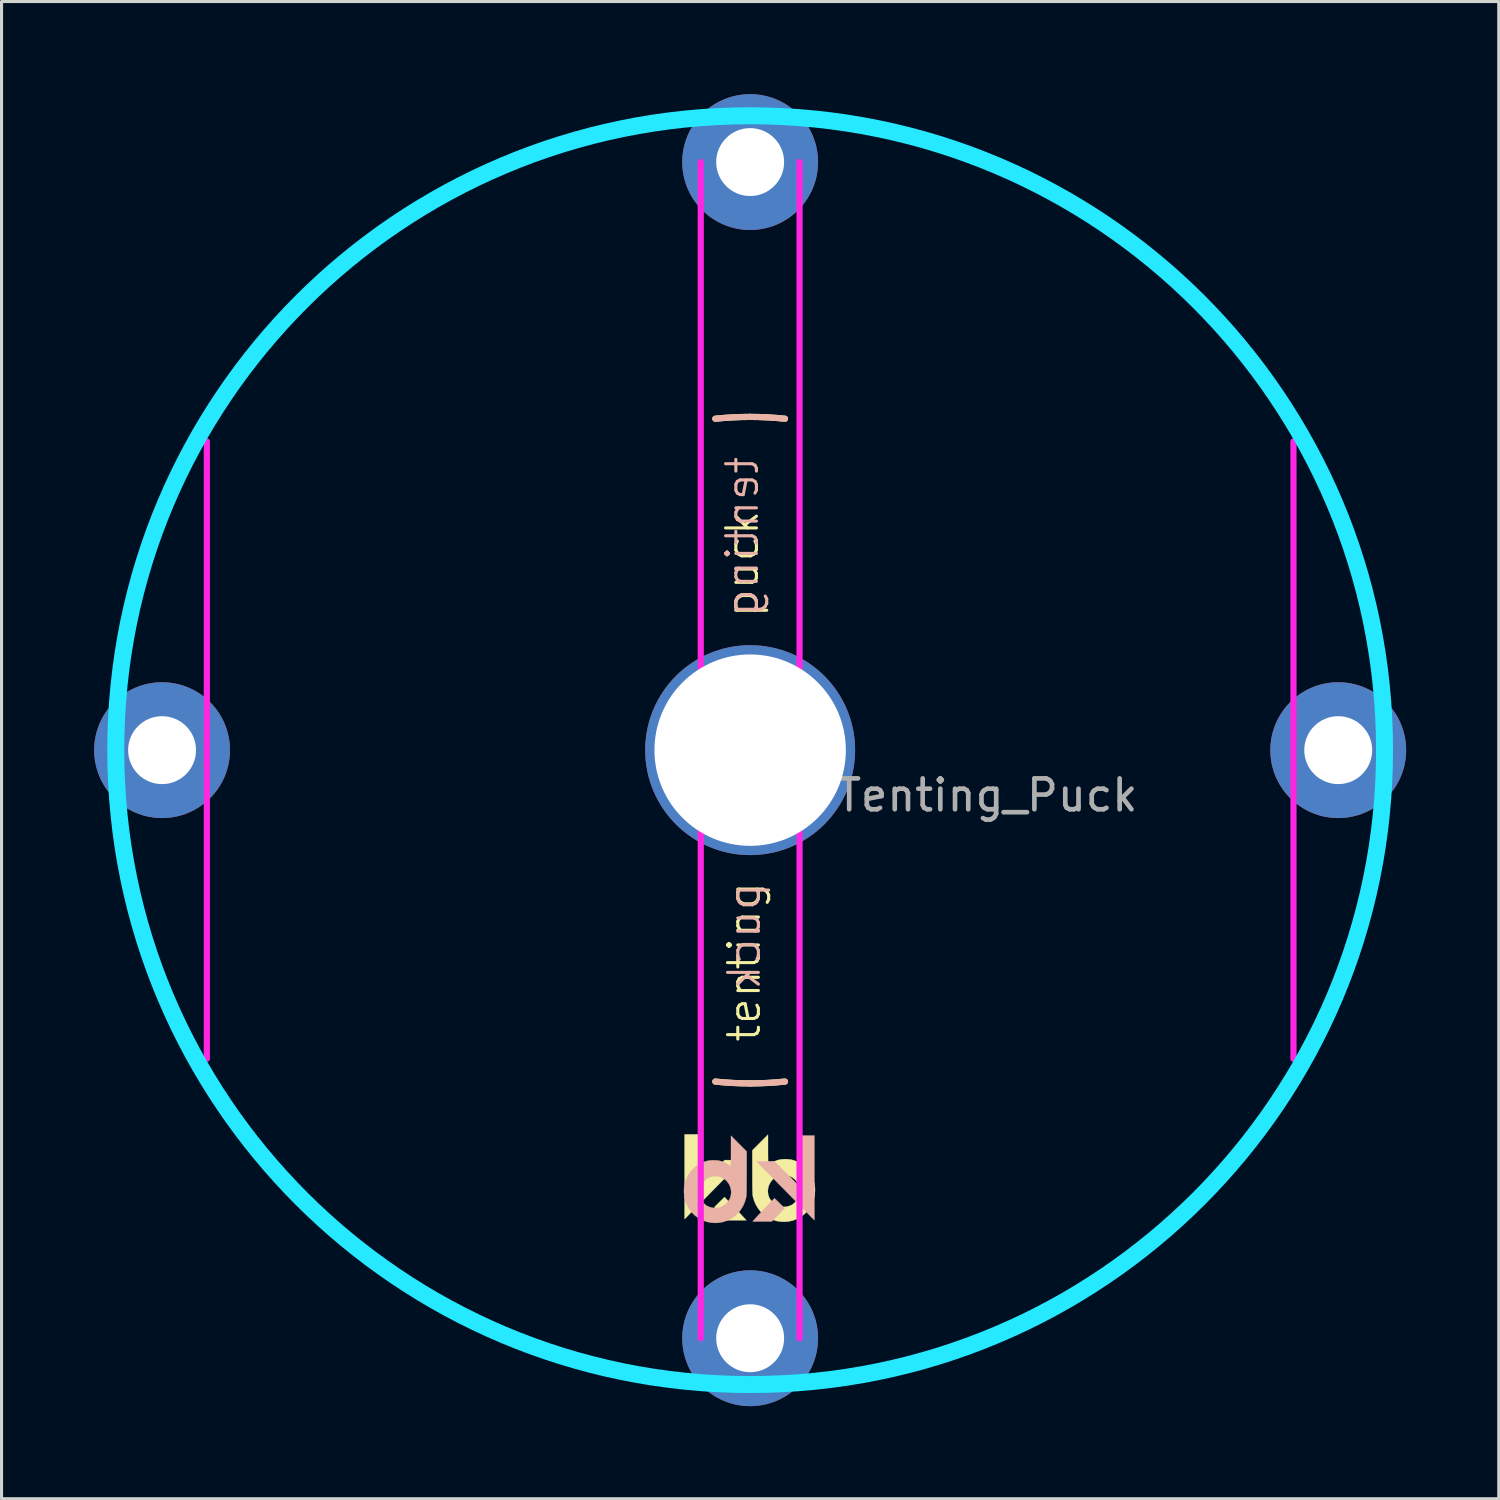
<source format=kicad_pcb>
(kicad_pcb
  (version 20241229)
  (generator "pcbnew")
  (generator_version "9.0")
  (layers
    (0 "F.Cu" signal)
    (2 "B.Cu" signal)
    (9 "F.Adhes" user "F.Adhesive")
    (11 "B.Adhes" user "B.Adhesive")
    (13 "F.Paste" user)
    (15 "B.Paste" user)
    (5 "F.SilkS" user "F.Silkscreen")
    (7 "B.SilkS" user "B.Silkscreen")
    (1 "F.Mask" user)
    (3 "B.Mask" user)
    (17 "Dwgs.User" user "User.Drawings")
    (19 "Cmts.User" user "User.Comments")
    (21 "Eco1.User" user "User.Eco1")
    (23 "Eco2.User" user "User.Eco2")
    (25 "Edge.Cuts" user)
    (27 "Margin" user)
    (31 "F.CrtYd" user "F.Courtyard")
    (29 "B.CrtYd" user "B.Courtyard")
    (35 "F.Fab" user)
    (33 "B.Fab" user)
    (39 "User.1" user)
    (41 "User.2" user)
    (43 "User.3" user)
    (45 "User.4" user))
  (footprint "Tenting_Puck"
    (layer "F.Cu")
    (at 21.25 21.25)
    (property "Reference" "Tenting_Puck" (at 7.684 1.46 0) (layer "F.Fab") (effects (font (size 1 1) (thickness 0.15))))
    (attr through_hole)
    (fp_arc (start -20.32 -2.8575) (mid -19.91151 -4.959786) (end -19.286134 -7.008048) (stroke (width 0.2) (type solid)) (layer "F.SilkS"))
    (fp_arc (start -19.286134 7.008047) (mid -19.91151 4.959786) (end -20.32 2.8575) (stroke (width 0.2) (type solid)) (layer "F.SilkS"))
    (fp_arc (start -7.008048 -19.286134) (mid -4.959786 -19.91151) (end -2.8575 -20.32) (stroke (width 0.2) (type solid)) (layer "F.SilkS"))
    (fp_arc (start -2.8575 20.32) (mid -4.959785 19.91151) (end -7.008046 19.286135) (stroke (width 0.2) (type solid)) (layer "F.SilkS"))
    (fp_arc (start -1.128385 -10.735864) (mid -0.564967 -10.780206) (end 0 -10.795) (stroke (width 0.2) (type solid)) (layer "F.SilkS"))
    (fp_arc (start 0 -10.795) (mid 0.564967 -10.780206) (end 1.128385 -10.735864) (stroke (width 0.2) (type solid)) (layer "F.SilkS"))
    (fp_arc (start 0 10.795) (mid -0.564967 10.780206) (end -1.128385 10.735864) (stroke (width 0.2) (type solid)) (layer "F.SilkS"))
    (fp_arc (start 1.128385 10.735864) (mid 0.564967 10.780206) (end 0 10.795) (stroke (width 0.2) (type solid)) (layer "F.SilkS"))
    (fp_arc (start 2.8575 -20.32) (mid 4.959786 -19.91151) (end 7.008047 -19.286134) (stroke (width 0.2) (type solid)) (layer "F.SilkS"))
    (fp_arc (start 7.008047 19.286134) (mid 4.959786 19.91151) (end 2.8575 20.32) (stroke (width 0.2) (type solid)) (layer "F.SilkS"))
    (fp_arc (start 19.286135 -7.008045) (mid 19.91151 -4.959785) (end 20.32 -2.8575) (stroke (width 0.2) (type solid)) (layer "F.SilkS"))
    (fp_arc (start 20.32 2.8575) (mid 19.91151 4.959785) (end 19.286135 7.008046) (stroke (width 0.2) (type solid)) (layer "F.SilkS"))
    (fp_poly (pts (xy -1.627 14.082) (xy -0.824 13.279) (xy -0.535 13.282) (xy -0.247 13.285) (xy -1.094 14.145) (xy -1.212 14.265) (xy -1.327 14.382) (xy -1.437 14.494) (xy -1.542 14.6) (xy -1.64 14.7) (xy -1.731 14.791) (xy -1.811 14.874) (xy -1.882 14.945) (xy -1.941 15.005) (xy -1.987 15.052) (xy -2.019 15.084) (xy -2.032 15.098) (xy -2.123 15.19) (xy -2.123 12.448) (xy -1.627 12.448) (xy -1.627 14.082)) (stroke (width 0.01) (type solid)) (fill yes) (layer "F.SilkS"))
    (fp_poly (pts (xy -0.82 14.488) (xy -0.797 14.511) (xy -0.763 14.547) (xy -0.719 14.593) (xy -0.666 14.647) (xy -0.609 14.708) (xy -0.547 14.773) (xy -0.483 14.841) (xy -0.42 14.908) (xy -0.359 14.973) (xy -0.302 15.034) (xy -0.251 15.089) (xy -0.208 15.135) (xy -0.175 15.171) (xy -0.154 15.194) (xy -0.152 15.197) (xy -0.124 15.231) (xy -0.744 15.231) (xy -0.917 15.055) (xy -0.971 15) (xy -1.021 14.948) (xy -1.065 14.903) (xy -1.099 14.868) (xy -1.121 14.844) (xy -1.124 14.841) (xy -1.158 14.803) (xy -0.997 14.642) (xy -0.948 14.592) (xy -0.903 14.549) (xy -0.867 14.514) (xy -0.842 14.491) (xy -0.829 14.48) (xy -0.829 14.48) (xy -0.82 14.488)) (stroke (width 0.01) (type solid)) (fill yes) (layer "F.SilkS"))
    (fp_poly (pts (xy 0.578 12.948) (xy 0.578 13.052) (xy 0.579 13.149) (xy 0.58 13.236) (xy 0.581 13.31) (xy 0.582 13.37) (xy 0.583 13.413) (xy 0.585 13.437) (xy 0.586 13.441) (xy 0.598 13.435) (xy 0.623 13.419) (xy 0.647 13.401) (xy 0.762 13.331) (xy 0.884 13.282) (xy 1.014 13.254) (xy 1.153 13.247) (xy 1.171 13.248) (xy 1.261 13.255) (xy 1.337 13.267) (xy 1.409 13.286) (xy 1.484 13.315) (xy 1.554 13.348) (xy 1.682 13.423) (xy 1.795 13.515) (xy 1.892 13.622) (xy 1.972 13.743) (xy 2.033 13.874) (xy 2.076 14.016) (xy 2.099 14.167) (xy 2.102 14.256) (xy 2.092 14.409) (xy 2.061 14.553) (xy 2.008 14.693) (xy 1.95 14.8) (xy 1.865 14.92) (xy 1.763 15.025) (xy 1.648 15.113) (xy 1.521 15.184) (xy 1.385 15.236) (xy 1.241 15.268) (xy 1.093 15.279) (xy 0.993 15.275) (xy 0.848 15.25) (xy 0.707 15.204) (xy 0.574 15.138) (xy 0.452 15.054) (xy 0.343 14.954) (xy 0.335 14.944) (xy 0.254 14.84) (xy 0.184 14.722) (xy 0.129 14.596) (xy 0.092 14.469) (xy 0.083 14.423) (xy 0.08 14.394) (xy 0.078 14.344) (xy 0.076 14.294) (xy 0.573 14.294) (xy 0.583 14.391) (xy 0.614 14.485) (xy 0.642 14.539) (xy 0.709 14.628) (xy 0.789 14.699) (xy 0.878 14.751) (xy 0.975 14.784) (xy 1.076 14.797) (xy 1.18 14.789) (xy 1.253 14.769) (xy 1.296 14.753) (xy 1.337 14.736) (xy 1.353 14.728) (xy 1.398 14.697) (xy 1.448 14.651) (xy 1.496 14.595) (xy 1.537 14.537) (xy 1.559 14.498) (xy 1.579 14.454) (xy 1.591 14.415) (xy 1.599 14.373) (xy 1.603 14.318) (xy 1.603 14.313) (xy 1.6 14.205) (xy 1.577 14.107) (xy 1.534 14.014) (xy 1.516 13.985) (xy 1.451 13.908) (xy 1.372 13.845) (xy 1.283 13.8) (xy 1.186 13.772) (xy 1.085 13.763) (xy 0.984 13.773) (xy 0.885 13.803) (xy 0.871 13.81) (xy 0.783 13.863) (xy 0.709 13.931) (xy 0.65 14.011) (xy 0.607 14.101) (xy 0.581 14.196) (xy 0.573 14.294) (xy 0.076 14.294) (xy 0.076 14.274) (xy 0.074 14.185) (xy 0.072 14.078) (xy 0.071 13.955) (xy 0.071 13.818) (xy 0.071 13.668) (xy 0.071 13.656) (xy 0.07 12.964) (xy 0.578 12.454) (xy 0.578 12.948)) (stroke (width 0.01) (type solid)) (fill yes) (layer "F.SilkS"))
    (fp_arc (start -20.32 -2.8575) (mid -19.91151 -4.959784) (end -19.286136 -7.008044) (stroke (width 0.2) (type solid)) (layer "B.SilkS"))
    (fp_arc (start -19.286135 7.008046) (mid -19.91151 4.959785) (end -20.32 2.8575) (stroke (width 0.2) (type solid)) (layer "B.SilkS"))
    (fp_arc (start -7.008046 -19.286135) (mid -4.959785 -19.91151) (end -2.8575 -20.32) (stroke (width 0.2) (type solid)) (layer "B.SilkS"))
    (fp_arc (start -2.8575 20.32) (mid -4.959785 19.91151) (end -7.008045 19.286135) (stroke (width 0.2) (type solid)) (layer "B.SilkS"))
    (fp_arc (start -1.128385 -10.735864) (mid -0.564967 -10.780206) (end 0 -10.795) (stroke (width 0.2) (type solid)) (layer "B.SilkS"))
    (fp_arc (start 0 -10.795) (mid 0.564967 -10.780206) (end 1.128385 -10.735864) (stroke (width 0.2) (type solid)) (layer "B.SilkS"))
    (fp_arc (start 0 10.795) (mid -0.564967 10.780206) (end -1.128385 10.735864) (stroke (width 0.2) (type solid)) (layer "B.SilkS"))
    (fp_arc (start 1.128385 10.735864) (mid 0.564967 10.780206) (end 0 10.795) (stroke (width 0.2) (type solid)) (layer "B.SilkS"))
    (fp_arc (start 2.8575 -20.32) (mid 4.959787 -19.91151) (end 7.008049 -19.286134) (stroke (width 0.2) (type solid)) (layer "B.SilkS"))
    (fp_arc (start 7.008045 19.286135) (mid 4.959785 19.91151) (end 2.8575 20.32) (stroke (width 0.2) (type solid)) (layer "B.SilkS"))
    (fp_arc (start 19.286134 -7.008048) (mid 19.91151 -4.959786) (end 20.32 -2.8575) (stroke (width 0.2) (type solid)) (layer "B.SilkS"))
    (fp_arc (start 20.32 2.8575) (mid 19.91151 4.959786) (end 19.286134 7.008048) (stroke (width 0.2) (type solid)) (layer "B.SilkS"))
    (fp_poly (pts (xy 1.584 14.118) (xy 0.782 13.315) (xy 0.493 13.318) (xy 0.205 13.322) (xy 1.052 14.182) (xy 1.17 14.301) (xy 1.285 14.418) (xy 1.395 14.53) (xy 1.5 14.637) (xy 1.598 14.736) (xy 1.688 14.828) (xy 1.769 14.91) (xy 1.84 14.981) (xy 1.899 15.041) (xy 1.944 15.088) (xy 1.976 15.12) (xy 1.99 15.134) (xy 2.081 15.226) (xy 2.081 12.484) (xy 1.584 12.484) (xy 1.584 14.118)) (stroke (width 0.01) (type solid)) (fill yes) (layer "B.SilkS"))
    (fp_poly (pts (xy 0.778 14.525) (xy 0.755 14.547) (xy 0.721 14.583) (xy 0.676 14.629) (xy 0.624 14.684) (xy 0.566 14.745) (xy 0.505 14.81) (xy 0.441 14.877) (xy 0.378 14.944) (xy 0.316 15.009) (xy 0.259 15.07) (xy 0.208 15.125) (xy 0.166 15.172) (xy 0.133 15.207) (xy 0.112 15.231) (xy 0.11 15.233) (xy 0.082 15.267) (xy 0.702 15.267) (xy 0.875 15.091) (xy 0.929 15.036) (xy 0.979 14.985) (xy 1.023 14.939) (xy 1.057 14.904) (xy 1.079 14.88) (xy 1.082 14.877) (xy 1.116 14.839) (xy 0.955 14.678) (xy 0.905 14.628) (xy 0.861 14.585) (xy 0.825 14.55) (xy 0.799 14.527) (xy 0.787 14.517) (xy 0.787 14.516) (xy 0.778 14.525)) (stroke (width 0.01) (type solid)) (fill yes) (layer "B.SilkS"))
    (fp_poly (pts (xy -0.621 12.984) (xy -0.621 13.088) (xy -0.621 13.185) (xy -0.622 13.272) (xy -0.623 13.346) (xy -0.624 13.406) (xy -0.625 13.45) (xy -0.627 13.473) (xy -0.628 13.477) (xy -0.64 13.471) (xy -0.665 13.455) (xy -0.689 13.438) (xy -0.804 13.367) (xy -0.926 13.318) (xy -1.057 13.29) (xy -1.196 13.284) (xy -1.214 13.284) (xy -1.303 13.291) (xy -1.38 13.303) (xy -1.451 13.322) (xy -1.526 13.351) (xy -1.596 13.384) (xy -1.724 13.459) (xy -1.837 13.551) (xy -1.934 13.658) (xy -2.014 13.779) (xy -2.076 13.911) (xy -2.118 14.053) (xy -2.141 14.203) (xy -2.145 14.293) (xy -2.134 14.445) (xy -2.103 14.59) (xy -2.05 14.729) (xy -1.993 14.836) (xy -1.907 14.956) (xy -1.805 15.061) (xy -1.69 15.149) (xy -1.563 15.22) (xy -1.427 15.272) (xy -1.283 15.304) (xy -1.135 15.316) (xy -1.035 15.311) (xy -0.89 15.286) (xy -0.75 15.24) (xy -0.616 15.174) (xy -0.494 15.09) (xy -0.386 14.99) (xy -0.377 14.981) (xy -0.296 14.876) (xy -0.226 14.758) (xy -0.171 14.632) (xy -0.134 14.505) (xy -0.125 14.459) (xy -0.122 14.43) (xy -0.12 14.38) (xy -0.118 14.33) (xy -0.615 14.33) (xy -0.625 14.428) (xy -0.656 14.522) (xy -0.684 14.576) (xy -0.751 14.664) (xy -0.831 14.735) (xy -0.92 14.787) (xy -1.017 14.82) (xy -1.119 14.833) (xy -1.222 14.825) (xy -1.295 14.805) (xy -1.338 14.789) (xy -1.379 14.772) (xy -1.395 14.764) (xy -1.441 14.733) (xy -1.49 14.687) (xy -1.538 14.632) (xy -1.579 14.573) (xy -1.601 14.534) (xy -1.621 14.49) (xy -1.634 14.452) (xy -1.641 14.409) (xy -1.645 14.354) (xy -1.646 14.349) (xy -1.642 14.241) (xy -1.619 14.144) (xy -1.576 14.05) (xy -1.558 14.022) (xy -1.493 13.944) (xy -1.415 13.882) (xy -1.325 13.836) (xy -1.228 13.808) (xy -1.127 13.799) (xy -1.026 13.809) (xy -0.927 13.84) (xy -0.913 13.846) (xy -0.825 13.899) (xy -0.751 13.967) (xy -0.692 14.047) (xy -0.649 14.137) (xy -0.623 14.232) (xy -0.615 14.33) (xy -0.118 14.33) (xy -0.118 14.31) (xy -0.116 14.221) (xy -0.115 14.114) (xy -0.114 13.991) (xy -0.113 13.854) (xy -0.113 13.704) (xy -0.113 13.692) (xy -0.113 13) (xy -0.62 12.49) (xy -0.621 12.984)) (stroke (width 0.01) (type solid)) (fill yes) (layer "B.SilkS"))
    (fp_circle (center 0 0) (end 20.55 0) (stroke (width 0.55) (type solid)) (fill no) (layer "B.CrtYd"))
    (fp_line (start -17.6 10) (end -17.6 -10) (stroke (width 0.2) (type solid)) (layer "F.CrtYd"))
    (fp_line (start -1.6 19.05) (end -1.6 -19.05) (stroke (width 0.2) (type solid)) (layer "F.CrtYd"))
    (fp_line (start 1.6 19.05) (end 1.6 -19.05) (stroke (width 0.2) (type solid)) (layer "F.CrtYd"))
    (fp_line (start 17.6 10) (end 17.6 -10) (stroke (width 0.2) (type solid)) (layer "F.CrtYd"))
    (fp_text user "puck" (at -0.254 -6.032 90) (layer "F.SilkS") (effects (font (size 1 1) (thickness 0.1))))
    (fp_text user "tenting" (at -0.191 6.858 90) (layer "F.SilkS") (effects (font (size 1 1) (thickness 0.1))))
    (fp_text user "puck" (at -0.191 6.032 90) (unlocked yes) (layer "B.SilkS") (effects (font (size 1 1) (thickness 0.1)) (justify mirror)))
    (fp_text user "tenting" (at -0.254 -6.921 90) (layer "B.SilkS") (effects (font (size 1 1) (thickness 0.1)) (justify mirror)))
    (pad "" thru_hole circle (at 0 0) (size 6.8 6.8) (drill 6.2) (layers "*.Cu" "*.Mask"))
    (pad "1" thru_hole circle (at -19.05 0) (size 4.4 4.4) (drill 2.2) (layers "*.Cu" "*.Mask"))
    (pad "1" thru_hole circle (at 0 -19.05) (size 4.4 4.4) (drill 2.2) (layers "*.Cu" "*.Mask"))
    (pad "1" thru_hole circle (at 0 19.05) (size 4.4 4.4) (drill 2.2) (layers "*.Cu" "*.Mask"))
    (pad "1" thru_hole circle (at 19.05 0) (size 4.4 4.4) (drill 2.2) (layers "*.Cu" "*.Mask")))
  (gr_rect
    (start -3 -3)
    (end 45.5 45.5)
    (stroke (width 0.1) (type default))
    (fill no)
    (layer "Edge.Cuts")))
</source>
